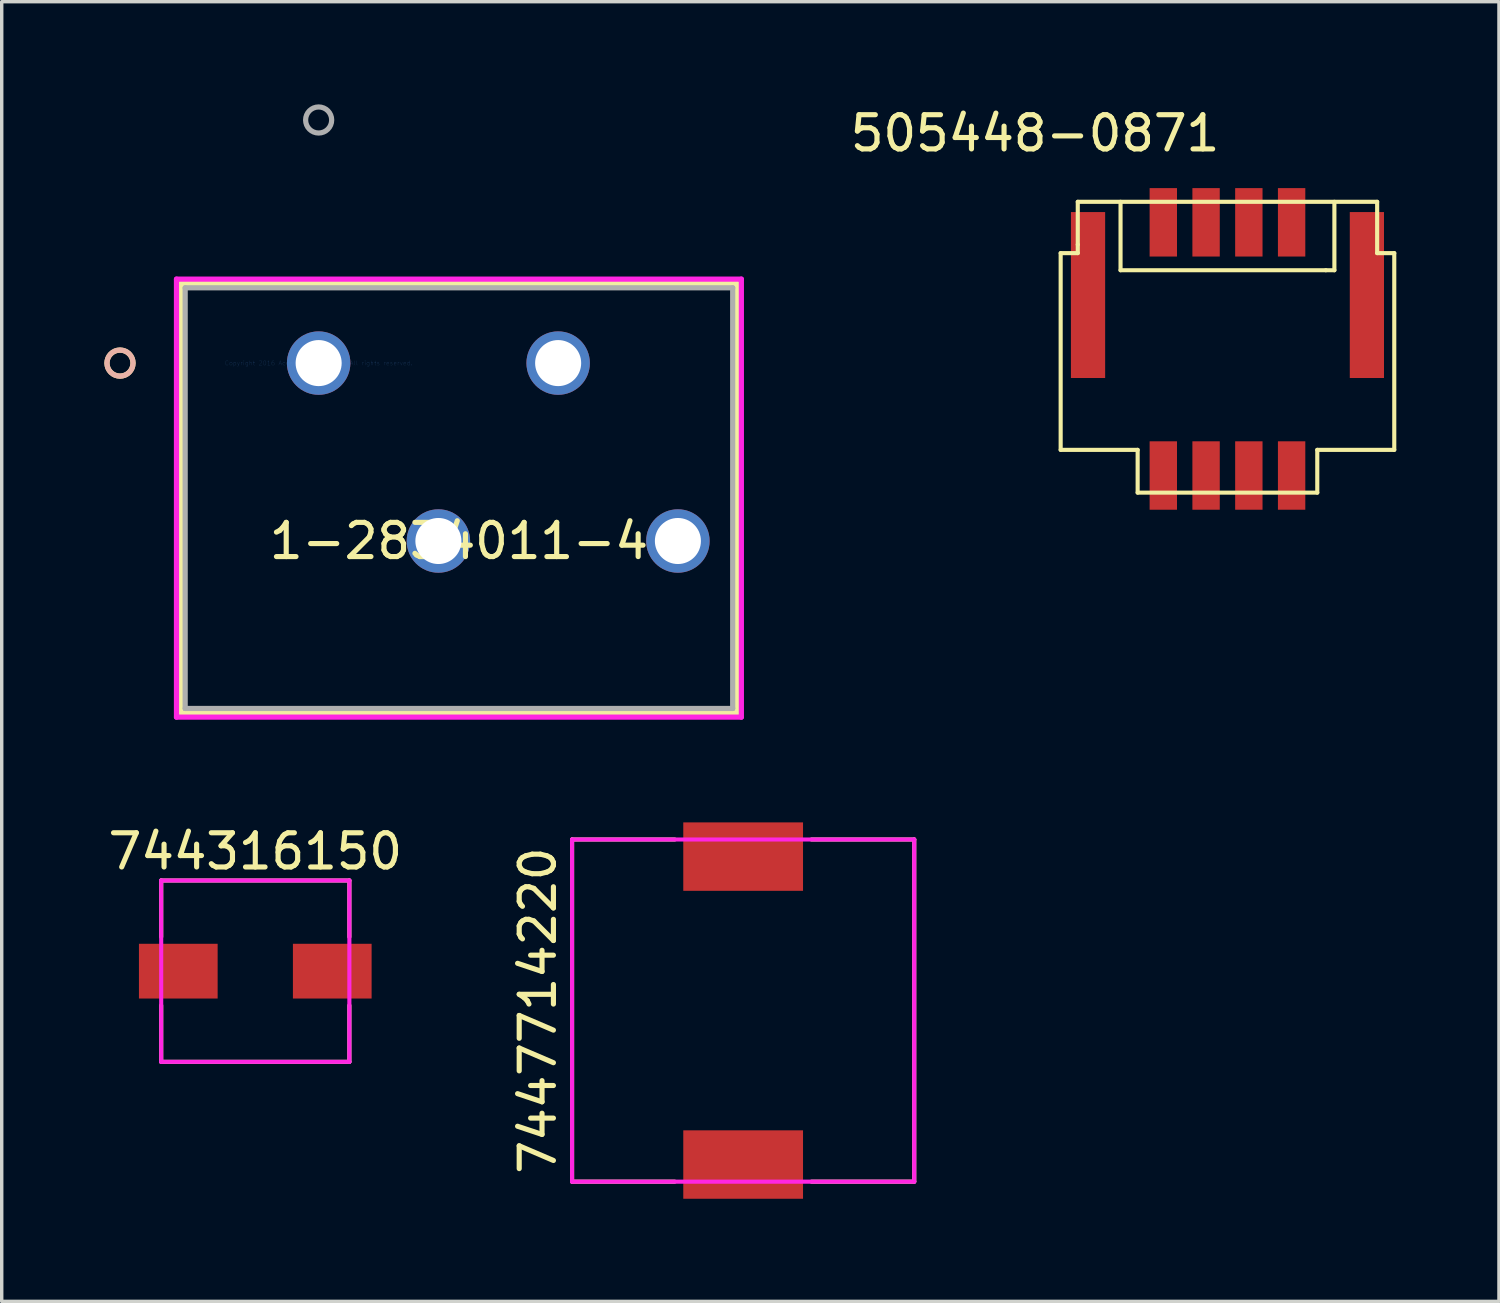
<source format=kicad_pcb>
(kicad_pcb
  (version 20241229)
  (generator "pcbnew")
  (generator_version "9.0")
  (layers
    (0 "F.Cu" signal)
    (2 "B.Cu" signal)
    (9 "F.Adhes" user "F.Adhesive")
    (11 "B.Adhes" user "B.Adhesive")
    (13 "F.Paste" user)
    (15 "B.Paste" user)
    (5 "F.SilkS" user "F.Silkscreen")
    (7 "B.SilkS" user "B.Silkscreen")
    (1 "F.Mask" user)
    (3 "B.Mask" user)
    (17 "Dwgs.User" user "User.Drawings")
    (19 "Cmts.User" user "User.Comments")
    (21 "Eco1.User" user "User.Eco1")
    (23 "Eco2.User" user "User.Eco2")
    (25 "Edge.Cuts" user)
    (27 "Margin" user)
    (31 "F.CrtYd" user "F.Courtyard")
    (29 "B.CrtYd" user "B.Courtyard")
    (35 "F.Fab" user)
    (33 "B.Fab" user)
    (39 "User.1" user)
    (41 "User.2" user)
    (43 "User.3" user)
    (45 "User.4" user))
  (footprint "744316150"
    (layer "F.Cu")
    (at 4.411 25.334)
    (property "Reference" "744316150" (at 0 -3.5 0) (layer "F.SilkS") (effects (font (size 1 1) (thickness 0.15))))
    (attr smd)
    (fp_line (start -2.75 -2.65) (end -2.75 -1) (stroke (width 0.12) (type solid)) (layer "F.SilkS"))
    (fp_line (start -2.75 -2.65) (end 2.75 -2.65) (stroke (width 0.12) (type solid)) (layer "F.SilkS"))
    (fp_line (start -2.75 2.65) (end -2.75 1) (stroke (width 0.12) (type solid)) (layer "F.SilkS"))
    (fp_line (start -2.75 2.65) (end 2.75 2.65) (stroke (width 0.12) (type solid)) (layer "F.SilkS"))
    (fp_line (start 2.75 -2.65) (end 2.75 -1) (stroke (width 0.12) (type solid)) (layer "F.SilkS"))
    (fp_line (start 2.75 1) (end 2.75 2.65) (stroke (width 0.12) (type solid)) (layer "F.SilkS"))
    (fp_line (start -2.75 -2.65) (end 2.75 -2.65) (stroke (width 0.12) (type solid)) (layer "F.CrtYd"))
    (fp_line (start -2.75 2.65) (end -2.75 -2.65) (stroke (width 0.12) (type solid)) (layer "F.CrtYd"))
    (fp_line (start 2.75 -2.65) (end 2.75 2.65) (stroke (width 0.12) (type solid)) (layer "F.CrtYd"))
    (fp_line (start 2.75 2.65) (end -2.75 2.65) (stroke (width 0.12) (type solid)) (layer "F.CrtYd"))
    (pad "1" smd rect (at -2.25 0) (size 2.3 1.6) (layers "F.Cu" "F.Mask" "F.Paste"))
    (pad "2" smd rect (at 2.25 0) (size 2.3 1.6) (layers "F.Cu" "F.Mask" "F.Paste")))
  (footprint "7447714220"
    (layer "F.Cu")
    (at 18.67 26.486)
    (property "Reference" "7447714220" (at -6 0 90) (layer "F.SilkS") (effects (font (size 1 1) (thickness 0.15))))
    (attr smd)
    (fp_line (start -5 -5) (end -5 5) (stroke (width 0.12) (type solid)) (layer "F.SilkS"))
    (fp_line (start -5 -5) (end -2 -5) (stroke (width 0.12) (type solid)) (layer "F.SilkS"))
    (fp_line (start -5 5) (end -2 5) (stroke (width 0.12) (type solid)) (layer "F.SilkS"))
    (fp_line (start 2 -5) (end 5 -5) (stroke (width 0.12) (type solid)) (layer "F.SilkS"))
    (fp_line (start 5 -5) (end 5 5) (stroke (width 0.12) (type solid)) (layer "F.SilkS"))
    (fp_line (start 5 5) (end 2 5) (stroke (width 0.12) (type solid)) (layer "F.SilkS"))
    (fp_line (start -5 -5) (end 5 -5) (stroke (width 0.12) (type solid)) (layer "F.CrtYd"))
    (fp_line (start -5 5) (end -5 -5) (stroke (width 0.12) (type solid)) (layer "F.CrtYd"))
    (fp_line (start 5 -5) (end 5 5) (stroke (width 0.12) (type solid)) (layer "F.CrtYd"))
    (fp_line (start 5 5) (end -5 5) (stroke (width 0.12) (type solid)) (layer "F.CrtYd"))
    (pad "1" smd rect (at 0 -4.5) (size 3.5 2) (layers "F.Cu" "F.Mask" "F.Paste"))
    (pad "2" smd rect (at 0 4.5) (size 3.5 2) (layers "F.Cu" "F.Mask" "F.Paste")))
  (footprint "505448-0871"
    (layer "F.Cu")
    (at 30.95 9.848)
    (property "Reference" "505448-0871" (at -3.75 -9 0) (layer "F.SilkS") (effects (font (size 1 1) (thickness 0.15))))
    (attr through_hole)
    (fp_line (start -3 -5.5) (end -3 0.25) (stroke (width 0.12) (type solid)) (layer "F.SilkS"))
    (fp_line (start -3 0.25) (end -0.75 0.25) (stroke (width 0.12) (type solid)) (layer "F.SilkS"))
    (fp_line (start -2.5 -7) (end -2.5 -5.75) (stroke (width 0.12) (type solid)) (layer "F.SilkS"))
    (fp_line (start -2.5 -5.75) (end -2.5 -5.5) (stroke (width 0.12) (type solid)) (layer "F.SilkS"))
    (fp_line (start -2.5 -5.5) (end -3 -5.5) (stroke (width 0.12) (type solid)) (layer "F.SilkS"))
    (fp_line (start -1.25 -7) (end -1.25 -5) (stroke (width 0.12) (type solid)) (layer "F.SilkS"))
    (fp_line (start -1.25 -5) (end 4.75 -5) (stroke (width 0.12) (type solid)) (layer "F.SilkS"))
    (fp_line (start -0.75 0.25) (end -0.75 1.5) (stroke (width 0.12) (type solid)) (layer "F.SilkS"))
    (fp_line (start -0.75 1.5) (end 4.5 1.5) (stroke (width 0.12) (type solid)) (layer "F.SilkS"))
    (fp_line (start 4.5 0.25) (end 6.75 0.25) (stroke (width 0.12) (type solid)) (layer "F.SilkS"))
    (fp_line (start 4.5 1.5) (end 4.5 0.25) (stroke (width 0.12) (type solid)) (layer "F.SilkS"))
    (fp_line (start 5 -5) (end 4.75 -5) (stroke (width 0.12) (type solid)) (layer "F.SilkS"))
    (fp_line (start 5 -5) (end 5 -7) (stroke (width 0.12) (type solid)) (layer "F.SilkS"))
    (fp_line (start 6.25 -7) (end -2.5 -7) (stroke (width 0.12) (type solid)) (layer "F.SilkS"))
    (fp_line (start 6.25 -5.5) (end 6.25 -7) (stroke (width 0.12) (type solid)) (layer "F.SilkS"))
    (fp_line (start 6.75 -5.5) (end 6.25 -5.5) (stroke (width 0.12) (type solid)) (layer "F.SilkS"))
    (fp_line (start 6.75 0.25) (end 6.75 -5.5) (stroke (width 0.12) (type solid)) (layer "F.SilkS"))
    (pad "1" smd rect (at 0 1) (size 0.8 2) (layers "F.Cu" "F.Mask" "F.Paste"))
    (pad "2" smd rect (at 0 -6.4) (size 0.8 2) (layers "F.Cu" "F.Mask" "F.Paste"))
    (pad "3" smd rect (at 1.25 1) (size 0.8 2) (layers "F.Cu" "F.Mask" "F.Paste"))
    (pad "4" smd rect (at 1.25 -6.4) (size 0.8 2) (layers "F.Cu" "F.Mask" "F.Paste"))
    (pad "5" smd rect (at 2.5 1) (size 0.8 2) (layers "F.Cu" "F.Mask" "F.Paste"))
    (pad "6" smd rect (at 2.5 -6.4) (size 0.8 2) (layers "F.Cu" "F.Mask" "F.Paste"))
    (pad "7" smd rect (at 3.75 1) (size 0.8 2) (layers "F.Cu" "F.Mask" "F.Paste"))
    (pad "8" smd rect (at 3.75 -6.4) (size 0.8 2) (layers "F.Cu" "F.Mask" "F.Paste"))
    (pad "9" smd rect (at -2.2 -4.275) (size 1 4.85) (layers "F.Cu" "F.Mask" "F.Paste"))
    (pad "10" smd rect (at 5.95 -4.275) (size 1 4.85) (layers "F.Cu" "F.Mask" "F.Paste")))
  (footprint "1-2834011-4"
    (layer "F.Cu")
    (at 6.263 7.562)
    (property "Reference" "1-2834011-4" (at 4.1 5.2 0) (layer "F.SilkS") (effects (font (size 1 1) (thickness 0.15))))
    (attr through_hole)
    (fp_line (start -4.028 -2.327) (end -4.028 10.221) (stroke (width 0.152) (type solid)) (layer "F.SilkS"))
    (fp_line (start -4.028 10.221) (end 12.228 10.221) (stroke (width 0.152) (type solid)) (layer "F.SilkS"))
    (fp_line (start 12.228 -2.327) (end -4.028 -2.327) (stroke (width 0.152) (type solid)) (layer "F.SilkS"))
    (fp_line (start 12.228 10.221) (end 12.228 -2.327) (stroke (width 0.152) (type solid)) (layer "F.SilkS"))
    (fp_circle (center -5.806 0) (end -5.425 0) (stroke (width 0.152) (type solid)) (fill no) (layer "F.SilkS"))
    (fp_circle (center -5.806 0) (end -5.425 0) (stroke (width 0.152) (type solid)) (fill no) (layer "B.SilkS"))
    (fp_line (start -4.155 -2.454) (end -4.155 10.348) (stroke (width 0.152) (type solid)) (layer "F.CrtYd"))
    (fp_line (start -4.155 10.348) (end 12.355 10.348) (stroke (width 0.152) (type solid)) (layer "F.CrtYd"))
    (fp_line (start 12.355 -2.454) (end -4.155 -2.454) (stroke (width 0.152) (type solid)) (layer "F.CrtYd"))
    (fp_line (start 12.355 10.348) (end 12.355 -2.454) (stroke (width 0.152) (type solid)) (layer "F.CrtYd"))
    (fp_line (start -3.901 -2.2) (end -3.901 10.094) (stroke (width 0.152) (type solid)) (layer "F.Fab"))
    (fp_line (start -3.901 10.094) (end 12.101 10.094) (stroke (width 0.152) (type solid)) (layer "F.Fab"))
    (fp_line (start 12.101 -2.2) (end -3.901 -2.2) (stroke (width 0.152) (type solid)) (layer "F.Fab"))
    (fp_line (start 12.101 10.094) (end 12.101 -2.2) (stroke (width 0.152) (type solid)) (layer "F.Fab"))
    (fp_circle (center 0 -7.105) (end 0.381 -7.105) (stroke (width 0.152) (type solid)) (fill no) (layer "F.Fab"))
    (fp_text user "*" (at 0 0 0) (layer "F.SilkS") (effects (font (size 1 1) (thickness 0.15))))
    (fp_text user "Copyright 2016 Accelerated Designs. All rights reserved." (at 0 0 0) (layer "Cmts.User") (effects (font (size 0.127 0.127) (thickness 0.002))))
    (fp_text user "*" (at 0 0 0) (layer "F.Fab") (effects (font (size 1 1) (thickness 0.15))))
    (pad "1" thru_hole circle (at 0 0) (size 1.854 1.854) (drill 1.346) (layers "*.Cu" "*.Mask"))
    (pad "2" thru_hole circle (at 3.5 5.2) (size 1.854 1.854) (drill 1.346) (layers "*.Cu" "*.Mask"))
    (pad "3" thru_hole circle (at 7 0) (size 1.854 1.854) (drill 1.346) (layers "*.Cu" "*.Mask"))
    (pad "4" thru_hole circle (at 10.5 5.2) (size 1.854 1.854) (drill 1.346) (layers "*.Cu" "*.Mask")))
  (gr_rect
    (start -3 -3)
    (end 40.76 34.986)
    (stroke (width 0.1) (type default))
    (fill no)
    (layer "Edge.Cuts")))
</source>
